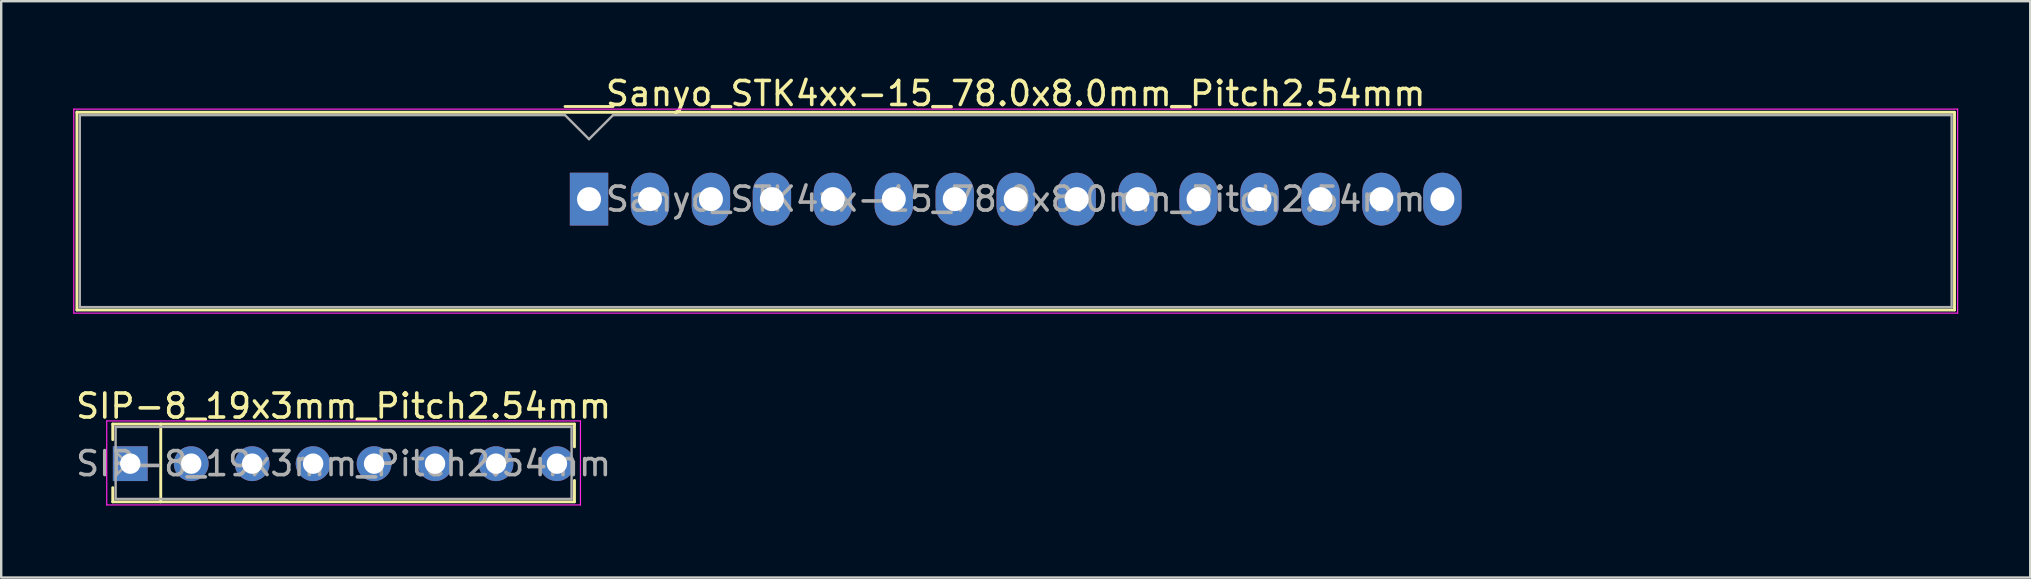
<source format=kicad_pcb>
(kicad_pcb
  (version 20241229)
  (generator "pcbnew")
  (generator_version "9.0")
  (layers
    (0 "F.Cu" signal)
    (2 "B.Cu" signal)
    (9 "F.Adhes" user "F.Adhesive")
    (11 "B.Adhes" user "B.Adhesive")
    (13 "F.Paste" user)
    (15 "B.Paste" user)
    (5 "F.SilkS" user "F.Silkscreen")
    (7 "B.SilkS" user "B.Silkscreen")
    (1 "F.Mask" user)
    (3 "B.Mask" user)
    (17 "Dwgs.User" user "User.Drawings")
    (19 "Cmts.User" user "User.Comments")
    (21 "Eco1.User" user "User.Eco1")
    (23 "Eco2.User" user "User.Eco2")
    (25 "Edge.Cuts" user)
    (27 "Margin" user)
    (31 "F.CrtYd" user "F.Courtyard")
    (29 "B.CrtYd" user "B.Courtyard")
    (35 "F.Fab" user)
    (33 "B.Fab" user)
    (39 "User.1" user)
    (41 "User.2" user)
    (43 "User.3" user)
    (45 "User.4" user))
  (footprint "Sanyo_STK4xx-15_78.0x8.0mm_Pitch2.54mm"
    (layer "F.Cu")
    (at 21.495 5.248)
    (property "Reference" "Sanyo_STK4xx-15_78.0x8.0mm_Pitch2.54mm" (at 17.78 -4.4 0) (layer "F.SilkS") (effects (font (size 1 1) (thickness 0.15))))
    (attr through_hole)
    (fp_line (start -21.34 -3.62) (end 56.9 -3.62) (stroke (width 0.12) (type solid)) (layer "F.SilkS"))
    (fp_line (start -21.34 4.62) (end -21.34 -3.63) (stroke (width 0.12) (type solid)) (layer "F.SilkS"))
    (fp_line (start -1 -3.86) (end 1 -3.86) (stroke (width 0.12) (type solid)) (layer "F.SilkS"))
    (fp_line (start 56.9 -3.62) (end 56.9 4.62) (stroke (width 0.12) (type solid)) (layer "F.SilkS"))
    (fp_line (start 56.9 4.62) (end -21.34 4.62) (stroke (width 0.12) (type solid)) (layer "F.SilkS"))
    (fp_line (start -21.47 -3.75) (end 57.03 -3.75) (stroke (width 0.05) (type solid)) (layer "F.CrtYd"))
    (fp_line (start -21.47 4.75) (end -21.47 -3.75) (stroke (width 0.05) (type solid)) (layer "F.CrtYd"))
    (fp_line (start 57.03 -3.75) (end 57.03 4.75) (stroke (width 0.05) (type solid)) (layer "F.CrtYd"))
    (fp_line (start 57.03 4.75) (end -21.47 4.75) (stroke (width 0.05) (type solid)) (layer "F.CrtYd"))
    (fp_line (start -21.22 -3.5) (end -1 -3.5) (stroke (width 0.1) (type solid)) (layer "F.Fab"))
    (fp_line (start -21.22 4.5) (end -21.22 -3.5) (stroke (width 0.1) (type solid)) (layer "F.Fab"))
    (fp_line (start -1 -3.5) (end 0 -2.5) (stroke (width 0.1) (type solid)) (layer "F.Fab"))
    (fp_line (start 0 -2.5) (end 1 -3.5) (stroke (width 0.1) (type solid)) (layer "F.Fab"))
    (fp_line (start 1 -3.5) (end 56.78 -3.5) (stroke (width 0.1) (type solid)) (layer "F.Fab"))
    (fp_line (start 56.78 -3.5) (end 56.78 4.5) (stroke (width 0.1) (type solid)) (layer "F.Fab"))
    (fp_line (start 56.78 4.5) (end -21.22 4.5) (stroke (width 0.1) (type solid)) (layer "F.Fab"))
    (fp_text user "${REFERENCE}" (at 17.78 0 0) (layer "F.Fab") (effects (font (size 1 1) (thickness 0.15))))
    (pad "1" thru_hole rect (at 0 0) (size 1.6 2.2) (drill 1) (layers "*.Cu" "*.Mask"))
    (pad "2" thru_hole oval (at 2.54 0) (size 1.6 2.2) (drill 1) (layers "*.Cu" "*.Mask"))
    (pad "3" thru_hole oval (at 5.08 0) (size 1.6 2.2) (drill 1) (layers "*.Cu" "*.Mask"))
    (pad "4" thru_hole oval (at 7.62 0) (size 1.6 2.2) (drill 1) (layers "*.Cu" "*.Mask"))
    (pad "5" thru_hole oval (at 10.16 0) (size 1.6 2.2) (drill 1) (layers "*.Cu" "*.Mask"))
    (pad "6" thru_hole oval (at 12.7 0) (size 1.6 2.2) (drill 1) (layers "*.Cu" "*.Mask"))
    (pad "7" thru_hole oval (at 15.24 0) (size 1.6 2.2) (drill 1) (layers "*.Cu" "*.Mask"))
    (pad "8" thru_hole oval (at 17.78 0) (size 1.6 2.2) (drill 1) (layers "*.Cu" "*.Mask"))
    (pad "9" thru_hole oval (at 20.32 0) (size 1.6 2.2) (drill 1) (layers "*.Cu" "*.Mask"))
    (pad "10" thru_hole oval (at 22.86 0) (size 1.6 2.2) (drill 1) (layers "*.Cu" "*.Mask"))
    (pad "11" thru_hole oval (at 25.4 0) (size 1.6 2.2) (drill 1) (layers "*.Cu" "*.Mask"))
    (pad "12" thru_hole oval (at 27.94 0) (size 1.6 2.2) (drill 1) (layers "*.Cu" "*.Mask"))
    (pad "13" thru_hole oval (at 30.48 0) (size 1.6 2.2) (drill 1) (layers "*.Cu" "*.Mask"))
    (pad "14" thru_hole oval (at 33.02 0) (size 1.6 2.2) (drill 1) (layers "*.Cu" "*.Mask"))
    (pad "15" thru_hole oval (at 35.56 0) (size 1.6 2.2) (drill 1) (layers "*.Cu" "*.Mask")))
  (footprint "SIP-8_19x3mm_Pitch2.54mm"
    (layer "F.Cu")
    (at 2.378 16.271)
    (property "Reference" "SIP-8_19x3mm_Pitch2.54mm" (at 8.89 -2.4 0) (layer "F.SilkS") (effects (font (size 1 1) (thickness 0.15))))
    (attr through_hole)
    (fp_line (start -0.73 -1.65) (end -0.73 -1) (stroke (width 0.12) (type solid)) (layer "F.SilkS"))
    (fp_line (start -0.73 1.59) (end -0.73 1) (stroke (width 0.12) (type solid)) (layer "F.SilkS"))
    (fp_line (start 1.27 1.59) (end 1.27 -1.65) (stroke (width 0.12) (type solid)) (layer "F.SilkS"))
    (fp_line (start 18.51 -1.65) (end -0.73 -1.65) (stroke (width 0.12) (type solid)) (layer "F.SilkS"))
    (fp_line (start 18.51 -1.65) (end 18.51 -0.7) (stroke (width 0.12) (type solid)) (layer "F.SilkS"))
    (fp_line (start 18.51 1.59) (end -0.73 1.59) (stroke (width 0.12) (type solid)) (layer "F.SilkS"))
    (fp_line (start 18.51 1.59) (end 18.51 0.7) (stroke (width 0.12) (type solid)) (layer "F.SilkS"))
    (fp_line (start -0.98 -1.78) (end 18.76 -1.78) (stroke (width 0.05) (type solid)) (layer "F.CrtYd"))
    (fp_line (start -0.98 1.72) (end -0.98 -1.78) (stroke (width 0.05) (type solid)) (layer "F.CrtYd"))
    (fp_line (start 18.76 -1.78) (end 18.76 1.72) (stroke (width 0.05) (type solid)) (layer "F.CrtYd"))
    (fp_line (start 18.76 1.72) (end -0.98 1.72) (stroke (width 0.05) (type solid)) (layer "F.CrtYd"))
    (fp_line (start -0.61 -1.53) (end -0.61 -0.5) (stroke (width 0.1) (type solid)) (layer "F.Fab"))
    (fp_line (start -0.61 -0.5) (end -0.11 0) (stroke (width 0.1) (type solid)) (layer "F.Fab"))
    (fp_line (start -0.61 0.5) (end -0.61 1.47) (stroke (width 0.1) (type solid)) (layer "F.Fab"))
    (fp_line (start -0.11 0) (end -0.61 0.5) (stroke (width 0.1) (type solid)) (layer "F.Fab"))
    (fp_line (start 18.39 -1.53) (end -0.61 -1.53) (stroke (width 0.1) (type solid)) (layer "F.Fab"))
    (fp_line (start 18.39 -1.53) (end 18.39 1.47) (stroke (width 0.1) (type solid)) (layer "F.Fab"))
    (fp_line (start 18.39 1.47) (end -0.61 1.47) (stroke (width 0.1) (type solid)) (layer "F.Fab"))
    (fp_text user "${REFERENCE}" (at 8.89 0 0) (layer "F.Fab") (effects (font (size 1 1) (thickness 0.15))))
    (pad "1" thru_hole rect (at 0 0 90) (size 1.45 1.45) (drill 0.85) (layers "*.Cu" "*.Mask"))
    (pad "2" thru_hole circle (at 2.54 0 90) (size 1.45 1.45) (drill 0.85) (layers "*.Cu" "*.Mask"))
    (pad "3" thru_hole circle (at 5.08 0 90) (size 1.45 1.45) (drill 0.85) (layers "*.Cu" "*.Mask"))
    (pad "4" thru_hole circle (at 7.62 0 90) (size 1.45 1.45) (drill 0.85) (layers "*.Cu" "*.Mask"))
    (pad "5" thru_hole circle (at 10.16 0 90) (size 1.45 1.45) (drill 0.85) (layers "*.Cu" "*.Mask"))
    (pad "6" thru_hole circle (at 12.7 0 90) (size 1.45 1.45) (drill 0.85) (layers "*.Cu" "*.Mask"))
    (pad "7" thru_hole circle (at 15.24 0 90) (size 1.45 1.45) (drill 0.85) (layers "*.Cu" "*.Mask"))
    (pad "8" thru_hole circle (at 17.78 0 90) (size 1.45 1.45) (drill 0.85) (layers "*.Cu" "*.Mask")))
  (gr_rect
    (start -3 -3)
    (end 81.55 21.017)
    (stroke (width 0.1) (type default))
    (fill no)
    (layer "Edge.Cuts")))
</source>
